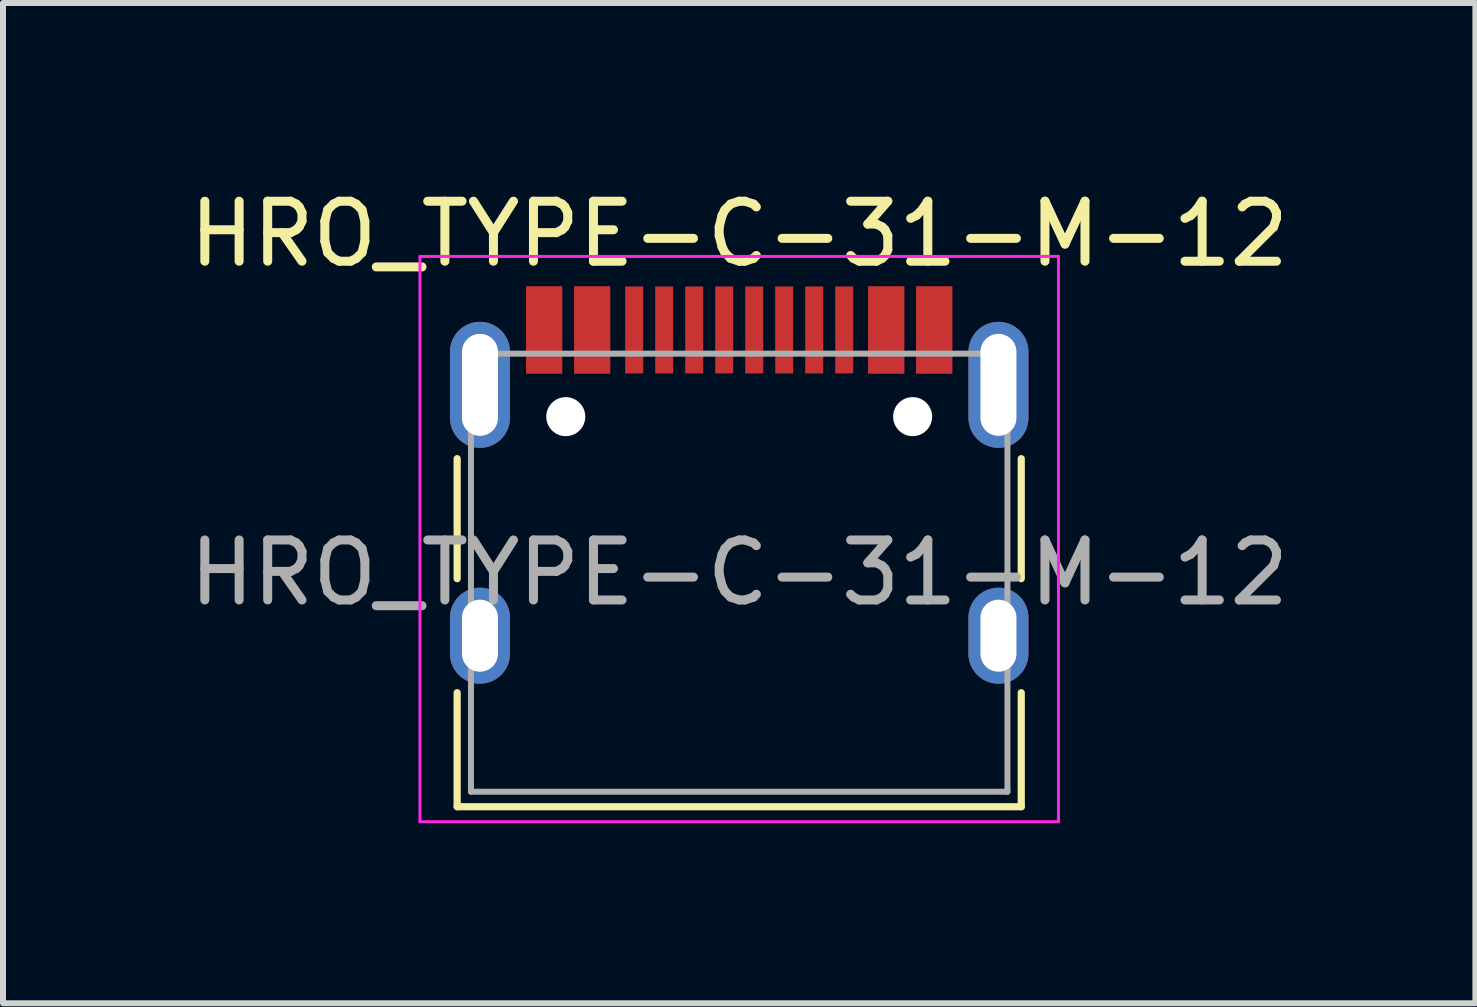
<source format=kicad_pcb>
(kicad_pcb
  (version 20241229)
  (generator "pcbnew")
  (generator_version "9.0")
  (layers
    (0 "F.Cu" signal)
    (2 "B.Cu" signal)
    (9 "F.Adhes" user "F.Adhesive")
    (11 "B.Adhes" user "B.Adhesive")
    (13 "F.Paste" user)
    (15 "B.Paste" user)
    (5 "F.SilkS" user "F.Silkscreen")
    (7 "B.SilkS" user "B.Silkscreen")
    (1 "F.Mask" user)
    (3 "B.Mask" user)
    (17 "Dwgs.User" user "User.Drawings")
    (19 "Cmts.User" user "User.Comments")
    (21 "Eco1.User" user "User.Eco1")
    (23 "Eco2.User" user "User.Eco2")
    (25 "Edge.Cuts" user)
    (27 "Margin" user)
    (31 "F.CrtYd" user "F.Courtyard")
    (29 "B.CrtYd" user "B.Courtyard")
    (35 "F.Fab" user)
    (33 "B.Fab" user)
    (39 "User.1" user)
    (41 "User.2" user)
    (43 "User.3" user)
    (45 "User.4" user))
  (footprint "HRO_TYPE-C-31-M-12"
    (layer "F.Cu")
    (at 9.268 6.493)
    (property "Reference" "HRO_TYPE-C-31-M-12" (at 0 -5.645 0) (layer "F.SilkS") (effects (font (size 1 1) (thickness 0.15))))
    (attr smd)
    (fp_line (start -4.7 -1.9) (end -4.7 0.1) (stroke (width 0.12) (type solid)) (layer "F.SilkS"))
    (fp_line (start -4.7 2) (end -4.7 3.9) (stroke (width 0.12) (type solid)) (layer "F.SilkS"))
    (fp_line (start -4.7 3.9) (end 4.7 3.9) (stroke (width 0.12) (type solid)) (layer "F.SilkS"))
    (fp_line (start 4.7 -1.9) (end 4.7 0.1) (stroke (width 0.12) (type solid)) (layer "F.SilkS"))
    (fp_line (start 4.7 2) (end 4.7 3.9) (stroke (width 0.12) (type solid)) (layer "F.SilkS"))
    (fp_line (start -5.32 -5.27) (end -5.32 4.15) (stroke (width 0.05) (type solid)) (layer "F.CrtYd"))
    (fp_line (start -5.32 -5.27) (end 5.32 -5.27) (stroke (width 0.05) (type solid)) (layer "F.CrtYd"))
    (fp_line (start -5.32 4.15) (end 5.32 4.15) (stroke (width 0.05) (type solid)) (layer "F.CrtYd"))
    (fp_line (start 5.32 -5.27) (end 5.32 4.15) (stroke (width 0.05) (type solid)) (layer "F.CrtYd"))
    (fp_line (start -4.47 -3.65) (end -4.47 3.65) (stroke (width 0.1) (type solid)) (layer "F.Fab"))
    (fp_line (start -4.47 -3.65) (end 4.47 -3.65) (stroke (width 0.1) (type solid)) (layer "F.Fab"))
    (fp_line (start -4.47 3.65) (end 4.47 3.65) (stroke (width 0.1) (type solid)) (layer "F.Fab"))
    (fp_line (start 4.47 -3.65) (end 4.47 3.65) (stroke (width 0.1) (type solid)) (layer "F.Fab"))
    (fp_text user "${REFERENCE}" (at 0 0 0) (layer "F.Fab") (effects (font (size 1 1) (thickness 0.15))))
    (pad "" np_thru_hole circle (at -2.89 -2.6) (size 0.65 0.65) (drill 0.65) (layers "*.Cu" "*.Mask"))
    (pad "" np_thru_hole circle (at 2.89 -2.6) (size 0.65 0.65) (drill 0.65) (layers "*.Cu" "*.Mask"))
    (pad "A1" smd rect (at -3.25 -4.045) (size 0.6 1.45) (layers "F.Cu" "F.Mask" "F.Paste"))
    (pad "A4" smd rect (at -2.45 -4.045) (size 0.6 1.45) (layers "F.Cu" "F.Mask" "F.Paste"))
    (pad "A5" smd rect (at -1.25 -4.045) (size 0.3 1.45) (layers "F.Cu" "F.Mask" "F.Paste"))
    (pad "A6" smd rect (at -0.25 -4.045) (size 0.3 1.45) (layers "F.Cu" "F.Mask" "F.Paste"))
    (pad "A7" smd rect (at 0.25 -4.045) (size 0.3 1.45) (layers "F.Cu" "F.Mask" "F.Paste"))
    (pad "A8" smd rect (at 1.25 -4.045) (size 0.3 1.45) (layers "F.Cu" "F.Mask" "F.Paste"))
    (pad "A9" smd rect (at 2.45 -4.045) (size 0.6 1.45) (layers "F.Cu" "F.Mask" "F.Paste"))
    (pad "A12" smd rect (at 3.25 -4.045) (size 0.6 1.45) (layers "F.Cu" "F.Mask" "F.Paste"))
    (pad "B1" smd rect (at 3.25 -4.045) (size 0.6 1.45) (layers "F.Cu" "F.Mask" "F.Paste"))
    (pad "B4" smd rect (at 2.45 -4.045) (size 0.6 1.45) (layers "F.Cu" "F.Mask" "F.Paste"))
    (pad "B5" smd rect (at 1.75 -4.045) (size 0.3 1.45) (layers "F.Cu" "F.Mask" "F.Paste"))
    (pad "B6" smd rect (at 0.75 -4.045) (size 0.3 1.45) (layers "F.Cu" "F.Mask" "F.Paste"))
    (pad "B7" smd rect (at -0.75 -4.045) (size 0.3 1.45) (layers "F.Cu" "F.Mask" "F.Paste"))
    (pad "B8" smd rect (at -1.75 -4.045) (size 0.3 1.45) (layers "F.Cu" "F.Mask" "F.Paste"))
    (pad "B9" smd rect (at -2.45 -4.045) (size 0.6 1.45) (layers "F.Cu" "F.Mask" "F.Paste"))
    (pad "B12" smd rect (at -3.25 -4.045) (size 0.6 1.45) (layers "F.Cu" "F.Mask" "F.Paste"))
    (pad "S1" thru_hole oval (at -4.32 -3.13) (size 1 2.1) (drill oval 0.6 1.7) (layers "*.Cu" "*.Mask"))
    (pad "S1" thru_hole oval (at -4.32 1.05) (size 1 1.6) (drill oval 0.6 1.2) (layers "*.Cu" "*.Mask"))
    (pad "S1" thru_hole oval (at 4.32 -3.13) (size 1 2.1) (drill oval 0.6 1.7) (layers "*.Cu" "*.Mask"))
    (pad "S1" thru_hole oval (at 4.32 1.05) (size 1 1.6) (drill oval 0.6 1.2) (layers "*.Cu" "*.Mask")))
  (gr_rect
    (start -3 -3)
    (end 21.536 13.668)
    (stroke (width 0.1) (type default))
    (fill no)
    (layer "Edge.Cuts")))
</source>
